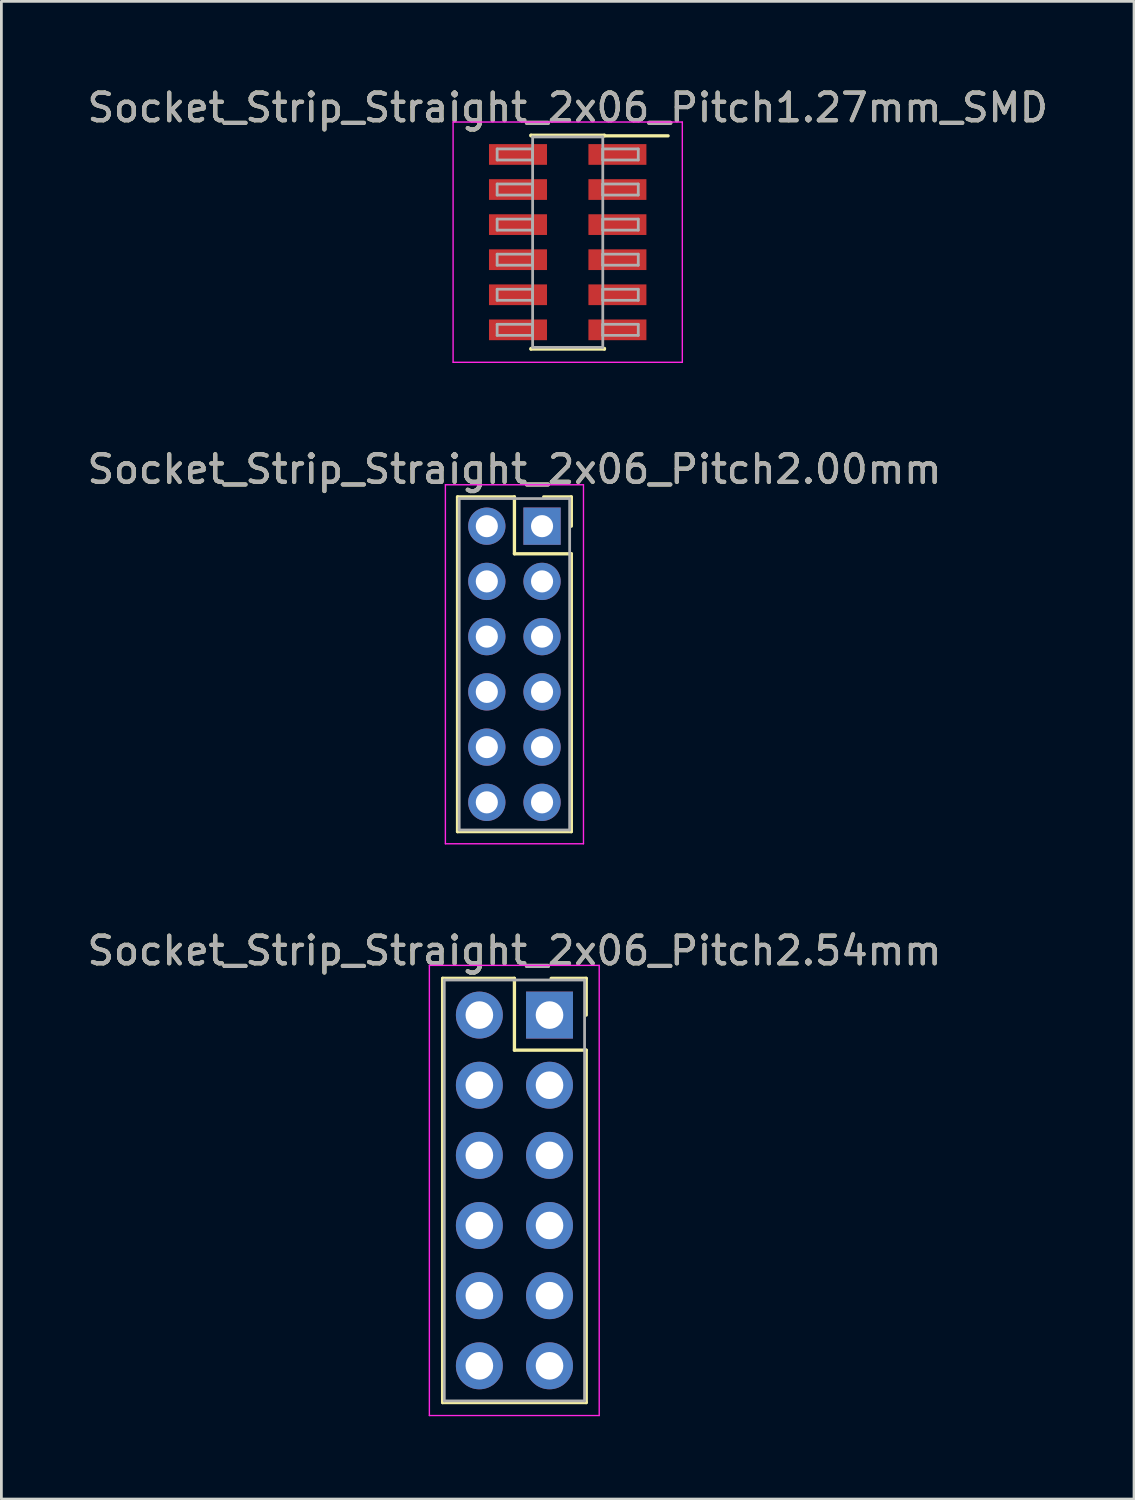
<source format=kicad_pcb>
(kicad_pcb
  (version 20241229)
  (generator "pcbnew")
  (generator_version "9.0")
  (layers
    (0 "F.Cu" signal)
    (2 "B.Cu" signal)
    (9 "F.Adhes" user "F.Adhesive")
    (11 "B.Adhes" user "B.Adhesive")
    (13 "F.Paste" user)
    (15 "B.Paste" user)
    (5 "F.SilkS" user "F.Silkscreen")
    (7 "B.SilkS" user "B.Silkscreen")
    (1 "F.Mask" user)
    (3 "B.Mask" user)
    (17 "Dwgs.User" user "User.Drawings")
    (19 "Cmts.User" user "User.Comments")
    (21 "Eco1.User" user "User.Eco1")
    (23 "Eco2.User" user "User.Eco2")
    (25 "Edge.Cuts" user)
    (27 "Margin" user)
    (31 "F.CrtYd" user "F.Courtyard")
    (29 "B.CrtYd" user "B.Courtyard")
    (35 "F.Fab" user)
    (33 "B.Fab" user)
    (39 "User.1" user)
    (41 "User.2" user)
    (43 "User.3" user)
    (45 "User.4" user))
  (footprint "Socket_Strip_Straight_2x06_Pitch1.27mm_SMD"
    (layer "F.Cu")
    (at 17.506 5.718)
    (property "Reference" "Socket_Strip_Straight_2x06_Pitch1.27mm_SMD" (at 0 -4.87 0) (layer "F.SilkS") (effects (font (size 1 1) (thickness 0.15))))
    (attr smd)
    (fp_line (start -1.33 -3.87) (end 1.33 -3.87) (stroke (width 0.12) (type solid)) (layer "F.SilkS"))
    (fp_line (start -1.33 -3.85) (end -1.33 -3.87) (stroke (width 0.12) (type solid)) (layer "F.SilkS"))
    (fp_line (start -1.33 3.85) (end -1.33 3.87) (stroke (width 0.12) (type solid)) (layer "F.SilkS"))
    (fp_line (start -1.33 3.87) (end 1.33 3.87) (stroke (width 0.12) (type solid)) (layer "F.SilkS"))
    (fp_line (start 1.33 -3.87) (end 1.33 -3.85) (stroke (width 0.12) (type solid)) (layer "F.SilkS"))
    (fp_line (start 1.33 3.87) (end 1.33 3.85) (stroke (width 0.12) (type solid)) (layer "F.SilkS"))
    (fp_line (start 3.635 -3.85) (end 1.33 -3.85) (stroke (width 0.12) (type solid)) (layer "F.SilkS"))
    (fp_line (start -4.15 -4.35) (end -4.15 4.35) (stroke (width 0.05) (type solid)) (layer "F.CrtYd"))
    (fp_line (start -4.15 4.35) (end 4.15 4.35) (stroke (width 0.05) (type solid)) (layer "F.CrtYd"))
    (fp_line (start 4.15 -4.35) (end -4.15 -4.35) (stroke (width 0.05) (type solid)) (layer "F.CrtYd"))
    (fp_line (start 4.15 4.35) (end 4.15 -4.35) (stroke (width 0.05) (type solid)) (layer "F.CrtYd"))
    (fp_line (start -2.555 -3.375) (end -1.27 -3.375) (stroke (width 0.1) (type solid)) (layer "F.Fab"))
    (fp_line (start -2.555 -2.975) (end -2.555 -3.375) (stroke (width 0.1) (type solid)) (layer "F.Fab"))
    (fp_line (start -2.555 -2.105) (end -1.27 -2.105) (stroke (width 0.1) (type solid)) (layer "F.Fab"))
    (fp_line (start -2.555 -1.705) (end -2.555 -2.105) (stroke (width 0.1) (type solid)) (layer "F.Fab"))
    (fp_line (start -2.555 -0.835) (end -1.27 -0.835) (stroke (width 0.1) (type solid)) (layer "F.Fab"))
    (fp_line (start -2.555 -0.435) (end -2.555 -0.835) (stroke (width 0.1) (type solid)) (layer "F.Fab"))
    (fp_line (start -2.555 0.435) (end -1.27 0.435) (stroke (width 0.1) (type solid)) (layer "F.Fab"))
    (fp_line (start -2.555 0.835) (end -2.555 0.435) (stroke (width 0.1) (type solid)) (layer "F.Fab"))
    (fp_line (start -2.555 1.705) (end -1.27 1.705) (stroke (width 0.1) (type solid)) (layer "F.Fab"))
    (fp_line (start -2.555 2.105) (end -2.555 1.705) (stroke (width 0.1) (type solid)) (layer "F.Fab"))
    (fp_line (start -2.555 2.975) (end -1.27 2.975) (stroke (width 0.1) (type solid)) (layer "F.Fab"))
    (fp_line (start -2.555 3.375) (end -2.555 2.975) (stroke (width 0.1) (type solid)) (layer "F.Fab"))
    (fp_line (start -1.27 -3.81) (end -1.27 3.81) (stroke (width 0.1) (type solid)) (layer "F.Fab"))
    (fp_line (start -1.27 -3.375) (end -1.27 -2.975) (stroke (width 0.1) (type solid)) (layer "F.Fab"))
    (fp_line (start -1.27 -2.975) (end -2.555 -2.975) (stroke (width 0.1) (type solid)) (layer "F.Fab"))
    (fp_line (start -1.27 -2.105) (end -1.27 -1.705) (stroke (width 0.1) (type solid)) (layer "F.Fab"))
    (fp_line (start -1.27 -1.705) (end -2.555 -1.705) (stroke (width 0.1) (type solid)) (layer "F.Fab"))
    (fp_line (start -1.27 -0.835) (end -1.27 -0.435) (stroke (width 0.1) (type solid)) (layer "F.Fab"))
    (fp_line (start -1.27 -0.435) (end -2.555 -0.435) (stroke (width 0.1) (type solid)) (layer "F.Fab"))
    (fp_line (start -1.27 0.435) (end -1.27 0.835) (stroke (width 0.1) (type solid)) (layer "F.Fab"))
    (fp_line (start -1.27 0.835) (end -2.555 0.835) (stroke (width 0.1) (type solid)) (layer "F.Fab"))
    (fp_line (start -1.27 1.705) (end -1.27 2.105) (stroke (width 0.1) (type solid)) (layer "F.Fab"))
    (fp_line (start -1.27 2.105) (end -2.555 2.105) (stroke (width 0.1) (type solid)) (layer "F.Fab"))
    (fp_line (start -1.27 2.975) (end -1.27 3.375) (stroke (width 0.1) (type solid)) (layer "F.Fab"))
    (fp_line (start -1.27 3.375) (end -2.555 3.375) (stroke (width 0.1) (type solid)) (layer "F.Fab"))
    (fp_line (start -1.27 3.81) (end 1.27 3.81) (stroke (width 0.1) (type solid)) (layer "F.Fab"))
    (fp_line (start 1.27 -3.81) (end -1.27 -3.81) (stroke (width 0.1) (type solid)) (layer "F.Fab"))
    (fp_line (start 1.27 -3.375) (end 1.27 -2.975) (stroke (width 0.1) (type solid)) (layer "F.Fab"))
    (fp_line (start 1.27 -2.975) (end 2.555 -2.975) (stroke (width 0.1) (type solid)) (layer "F.Fab"))
    (fp_line (start 1.27 -2.105) (end 1.27 -1.705) (stroke (width 0.1) (type solid)) (layer "F.Fab"))
    (fp_line (start 1.27 -1.705) (end 2.555 -1.705) (stroke (width 0.1) (type solid)) (layer "F.Fab"))
    (fp_line (start 1.27 -0.835) (end 1.27 -0.435) (stroke (width 0.1) (type solid)) (layer "F.Fab"))
    (fp_line (start 1.27 -0.435) (end 2.555 -0.435) (stroke (width 0.1) (type solid)) (layer "F.Fab"))
    (fp_line (start 1.27 0.435) (end 1.27 0.835) (stroke (width 0.1) (type solid)) (layer "F.Fab"))
    (fp_line (start 1.27 0.835) (end 2.555 0.835) (stroke (width 0.1) (type solid)) (layer "F.Fab"))
    (fp_line (start 1.27 1.705) (end 1.27 2.105) (stroke (width 0.1) (type solid)) (layer "F.Fab"))
    (fp_line (start 1.27 2.105) (end 2.555 2.105) (stroke (width 0.1) (type solid)) (layer "F.Fab"))
    (fp_line (start 1.27 2.975) (end 1.27 3.375) (stroke (width 0.1) (type solid)) (layer "F.Fab"))
    (fp_line (start 1.27 3.375) (end 2.555 3.375) (stroke (width 0.1) (type solid)) (layer "F.Fab"))
    (fp_line (start 1.27 3.81) (end 1.27 -3.81) (stroke (width 0.1) (type solid)) (layer "F.Fab"))
    (fp_line (start 2.555 -3.375) (end 1.27 -3.375) (stroke (width 0.1) (type solid)) (layer "F.Fab"))
    (fp_line (start 2.555 -2.975) (end 2.555 -3.375) (stroke (width 0.1) (type solid)) (layer "F.Fab"))
    (fp_line (start 2.555 -2.105) (end 1.27 -2.105) (stroke (width 0.1) (type solid)) (layer "F.Fab"))
    (fp_line (start 2.555 -1.705) (end 2.555 -2.105) (stroke (width 0.1) (type solid)) (layer "F.Fab"))
    (fp_line (start 2.555 -0.835) (end 1.27 -0.835) (stroke (width 0.1) (type solid)) (layer "F.Fab"))
    (fp_line (start 2.555 -0.435) (end 2.555 -0.835) (stroke (width 0.1) (type solid)) (layer "F.Fab"))
    (fp_line (start 2.555 0.435) (end 1.27 0.435) (stroke (width 0.1) (type solid)) (layer "F.Fab"))
    (fp_line (start 2.555 0.835) (end 2.555 0.435) (stroke (width 0.1) (type solid)) (layer "F.Fab"))
    (fp_line (start 2.555 1.705) (end 1.27 1.705) (stroke (width 0.1) (type solid)) (layer "F.Fab"))
    (fp_line (start 2.555 2.105) (end 2.555 1.705) (stroke (width 0.1) (type solid)) (layer "F.Fab"))
    (fp_line (start 2.555 2.975) (end 1.27 2.975) (stroke (width 0.1) (type solid)) (layer "F.Fab"))
    (fp_line (start 2.555 3.375) (end 2.555 2.975) (stroke (width 0.1) (type solid)) (layer "F.Fab"))
    (fp_text user "${REFERENCE}" (at 0 -4.87 0) (layer "F.Fab") (effects (font (size 1 1) (thickness 0.15))))
    (pad "1" smd rect (at 1.8 -3.175) (size 2.1 0.75) (layers "F.Cu" "F.Mask" "F.Paste"))
    (pad "2" smd rect (at -1.8 -3.175) (size 2.1 0.75) (layers "F.Cu" "F.Mask" "F.Paste"))
    (pad "3" smd rect (at 1.8 -1.905) (size 2.1 0.75) (layers "F.Cu" "F.Mask" "F.Paste"))
    (pad "4" smd rect (at -1.8 -1.905) (size 2.1 0.75) (layers "F.Cu" "F.Mask" "F.Paste"))
    (pad "5" smd rect (at 1.8 -0.635) (size 2.1 0.75) (layers "F.Cu" "F.Mask" "F.Paste"))
    (pad "6" smd rect (at -1.8 -0.635) (size 2.1 0.75) (layers "F.Cu" "F.Mask" "F.Paste"))
    (pad "7" smd rect (at 1.8 0.635) (size 2.1 0.75) (layers "F.Cu" "F.Mask" "F.Paste"))
    (pad "8" smd rect (at -1.8 0.635) (size 2.1 0.75) (layers "F.Cu" "F.Mask" "F.Paste"))
    (pad "9" smd rect (at 1.8 1.905) (size 2.1 0.75) (layers "F.Cu" "F.Mask" "F.Paste"))
    (pad "10" smd rect (at -1.8 1.905) (size 2.1 0.75) (layers "F.Cu" "F.Mask" "F.Paste"))
    (pad "11" smd rect (at 1.8 3.175) (size 2.1 0.75) (layers "F.Cu" "F.Mask" "F.Paste"))
    (pad "12" smd rect (at -1.8 3.175) (size 2.1 0.75) (layers "F.Cu" "F.Mask" "F.Paste")))
  (footprint "Socket_Strip_Straight_2x06_Pitch2.54mm"
    (layer "F.Cu")
    (at 16.847 33.705)
    (property "Reference" "Socket_Strip_Straight_2x06_Pitch2.54mm" (at -1.27 -2.33 0) (layer "F.SilkS") (effects (font (size 1 1) (thickness 0.15))))
    (attr through_hole)
    (fp_line (start -3.87 -1.33) (end -1.27 -1.33) (stroke (width 0.12) (type solid)) (layer "F.SilkS"))
    (fp_line (start -3.87 14.03) (end -3.87 -1.33) (stroke (width 0.12) (type solid)) (layer "F.SilkS"))
    (fp_line (start -1.27 -1.33) (end -1.27 1.27) (stroke (width 0.12) (type solid)) (layer "F.SilkS"))
    (fp_line (start -1.27 1.27) (end 1.33 1.27) (stroke (width 0.12) (type solid)) (layer "F.SilkS"))
    (fp_line (start 1.33 -1.33) (end 0.06 -1.33) (stroke (width 0.12) (type solid)) (layer "F.SilkS"))
    (fp_line (start 1.33 0) (end 1.33 -1.33) (stroke (width 0.12) (type solid)) (layer "F.SilkS"))
    (fp_line (start 1.33 1.27) (end 1.33 14.03) (stroke (width 0.12) (type solid)) (layer "F.SilkS"))
    (fp_line (start 1.33 14.03) (end -3.87 14.03) (stroke (width 0.12) (type solid)) (layer "F.SilkS"))
    (fp_line (start -4.35 -1.8) (end -4.35 14.5) (stroke (width 0.05) (type solid)) (layer "F.CrtYd"))
    (fp_line (start -4.35 14.5) (end 1.8 14.5) (stroke (width 0.05) (type solid)) (layer "F.CrtYd"))
    (fp_line (start 1.8 -1.8) (end -4.35 -1.8) (stroke (width 0.05) (type solid)) (layer "F.CrtYd"))
    (fp_line (start 1.8 14.5) (end 1.8 -1.8) (stroke (width 0.05) (type solid)) (layer "F.CrtYd"))
    (fp_line (start -3.81 -1.27) (end -3.81 13.97) (stroke (width 0.1) (type solid)) (layer "F.Fab"))
    (fp_line (start -3.81 13.97) (end 1.27 13.97) (stroke (width 0.1) (type solid)) (layer "F.Fab"))
    (fp_line (start 1.27 -1.27) (end -3.81 -1.27) (stroke (width 0.1) (type solid)) (layer "F.Fab"))
    (fp_line (start 1.27 13.97) (end 1.27 -1.27) (stroke (width 0.1) (type solid)) (layer "F.Fab"))
    (fp_text user "${REFERENCE}" (at -1.27 -2.33 0) (layer "F.Fab") (effects (font (size 1 1) (thickness 0.15))))
    (pad "1" thru_hole rect (at 0 0) (size 1.7 1.7) (drill 1) (layers "*.Cu" "*.Mask"))
    (pad "2" thru_hole oval (at -2.54 0) (size 1.7 1.7) (drill 1) (layers "*.Cu" "*.Mask"))
    (pad "3" thru_hole oval (at 0 2.54) (size 1.7 1.7) (drill 1) (layers "*.Cu" "*.Mask"))
    (pad "4" thru_hole oval (at -2.54 2.54) (size 1.7 1.7) (drill 1) (layers "*.Cu" "*.Mask"))
    (pad "5" thru_hole oval (at 0 5.08) (size 1.7 1.7) (drill 1) (layers "*.Cu" "*.Mask"))
    (pad "6" thru_hole oval (at -2.54 5.08) (size 1.7 1.7) (drill 1) (layers "*.Cu" "*.Mask"))
    (pad "7" thru_hole oval (at 0 7.62) (size 1.7 1.7) (drill 1) (layers "*.Cu" "*.Mask"))
    (pad "8" thru_hole oval (at -2.54 7.62) (size 1.7 1.7) (drill 1) (layers "*.Cu" "*.Mask"))
    (pad "9" thru_hole oval (at 0 10.16) (size 1.7 1.7) (drill 1) (layers "*.Cu" "*.Mask"))
    (pad "10" thru_hole oval (at -2.54 10.16) (size 1.7 1.7) (drill 1) (layers "*.Cu" "*.Mask"))
    (pad "11" thru_hole oval (at 0 12.7) (size 1.7 1.7) (drill 1) (layers "*.Cu" "*.Mask"))
    (pad "12" thru_hole oval (at -2.54 12.7) (size 1.7 1.7) (drill 1) (layers "*.Cu" "*.Mask")))
  (footprint "Socket_Strip_Straight_2x06_Pitch2.00mm"
    (layer "F.Cu")
    (at 16.577 16.002)
    (property "Reference" "Socket_Strip_Straight_2x06_Pitch2.00mm" (at -1 -2.06 0) (layer "F.SilkS") (effects (font (size 1 1) (thickness 0.15))))
    (attr through_hole)
    (fp_line (start -3.06 -1.06) (end -1 -1.06) (stroke (width 0.12) (type solid)) (layer "F.SilkS"))
    (fp_line (start -3.06 11.06) (end -3.06 -1.06) (stroke (width 0.12) (type solid)) (layer "F.SilkS"))
    (fp_line (start -1 -1.06) (end -1 1) (stroke (width 0.12) (type solid)) (layer "F.SilkS"))
    (fp_line (start -1 1) (end 1.06 1) (stroke (width 0.12) (type solid)) (layer "F.SilkS"))
    (fp_line (start 1.06 -1.06) (end 0.06 -1.06) (stroke (width 0.12) (type solid)) (layer "F.SilkS"))
    (fp_line (start 1.06 0) (end 1.06 -1.06) (stroke (width 0.12) (type solid)) (layer "F.SilkS"))
    (fp_line (start 1.06 1) (end 1.06 11.06) (stroke (width 0.12) (type solid)) (layer "F.SilkS"))
    (fp_line (start 1.06 11.06) (end -3.06 11.06) (stroke (width 0.12) (type solid)) (layer "F.SilkS"))
    (fp_line (start -3.5 -1.5) (end -3.5 11.5) (stroke (width 0.05) (type solid)) (layer "F.CrtYd"))
    (fp_line (start -3.5 11.5) (end 1.5 11.5) (stroke (width 0.05) (type solid)) (layer "F.CrtYd"))
    (fp_line (start 1.5 -1.5) (end -3.5 -1.5) (stroke (width 0.05) (type solid)) (layer "F.CrtYd"))
    (fp_line (start 1.5 11.5) (end 1.5 -1.5) (stroke (width 0.05) (type solid)) (layer "F.CrtYd"))
    (fp_line (start -3 -1) (end -3 11) (stroke (width 0.1) (type solid)) (layer "F.Fab"))
    (fp_line (start -3 11) (end 1 11) (stroke (width 0.1) (type solid)) (layer "F.Fab"))
    (fp_line (start 1 -1) (end -3 -1) (stroke (width 0.1) (type solid)) (layer "F.Fab"))
    (fp_line (start 1 11) (end 1 -1) (stroke (width 0.1) (type solid)) (layer "F.Fab"))
    (fp_text user "${REFERENCE}" (at -1 -2.06 0) (layer "F.Fab") (effects (font (size 1 1) (thickness 0.15))))
    (pad "1" thru_hole rect (at 0 0) (size 1.35 1.35) (drill 0.8) (layers "*.Cu" "*.Mask"))
    (pad "2" thru_hole oval (at -2 0) (size 1.35 1.35) (drill 0.8) (layers "*.Cu" "*.Mask"))
    (pad "3" thru_hole oval (at 0 2) (size 1.35 1.35) (drill 0.8) (layers "*.Cu" "*.Mask"))
    (pad "4" thru_hole oval (at -2 2) (size 1.35 1.35) (drill 0.8) (layers "*.Cu" "*.Mask"))
    (pad "5" thru_hole oval (at 0 4) (size 1.35 1.35) (drill 0.8) (layers "*.Cu" "*.Mask"))
    (pad "6" thru_hole oval (at -2 4) (size 1.35 1.35) (drill 0.8) (layers "*.Cu" "*.Mask"))
    (pad "7" thru_hole oval (at 0 6) (size 1.35 1.35) (drill 0.8) (layers "*.Cu" "*.Mask"))
    (pad "8" thru_hole oval (at -2 6) (size 1.35 1.35) (drill 0.8) (layers "*.Cu" "*.Mask"))
    (pad "9" thru_hole oval (at 0 8) (size 1.35 1.35) (drill 0.8) (layers "*.Cu" "*.Mask"))
    (pad "10" thru_hole oval (at -2 8) (size 1.35 1.35) (drill 0.8) (layers "*.Cu" "*.Mask"))
    (pad "11" thru_hole oval (at 0 10) (size 1.35 1.35) (drill 0.8) (layers "*.Cu" "*.Mask"))
    (pad "12" thru_hole oval (at -2 10) (size 1.35 1.35) (drill 0.8) (layers "*.Cu" "*.Mask")))
  (gr_rect
    (start -3 -3)
    (end 38.012 51.23)
    (stroke (width 0.1) (type default))
    (fill no)
    (layer "Edge.Cuts")))
</source>
